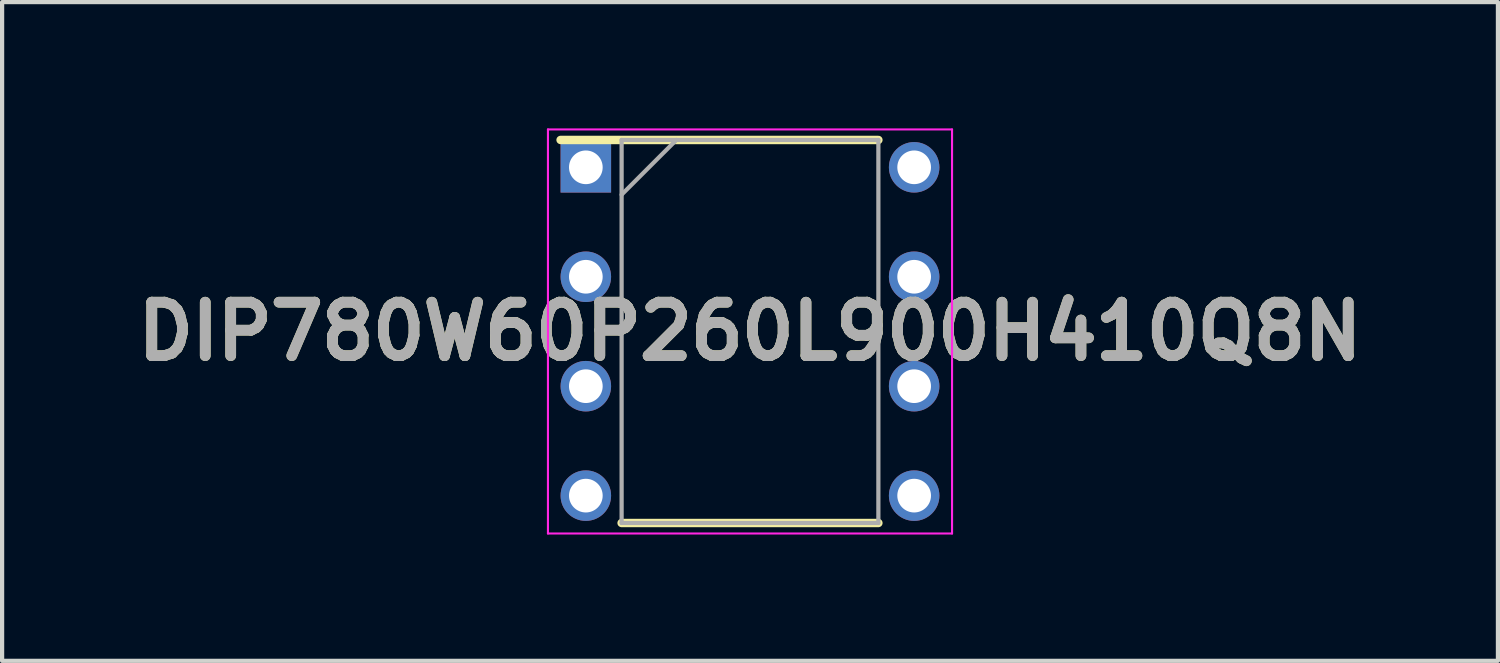
<source format=kicad_pcb>
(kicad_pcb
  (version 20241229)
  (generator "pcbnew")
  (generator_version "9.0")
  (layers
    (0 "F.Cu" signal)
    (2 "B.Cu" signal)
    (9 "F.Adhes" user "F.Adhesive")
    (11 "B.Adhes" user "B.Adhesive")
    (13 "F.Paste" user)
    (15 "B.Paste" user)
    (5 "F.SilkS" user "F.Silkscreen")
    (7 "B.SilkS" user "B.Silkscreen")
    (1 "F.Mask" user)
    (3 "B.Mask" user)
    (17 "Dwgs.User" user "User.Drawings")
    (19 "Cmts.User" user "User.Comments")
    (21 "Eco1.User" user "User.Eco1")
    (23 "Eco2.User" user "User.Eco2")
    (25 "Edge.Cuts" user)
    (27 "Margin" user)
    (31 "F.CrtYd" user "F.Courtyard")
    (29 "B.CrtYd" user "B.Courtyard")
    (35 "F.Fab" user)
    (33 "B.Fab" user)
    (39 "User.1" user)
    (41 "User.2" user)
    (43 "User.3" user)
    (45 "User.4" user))
  (footprint "DIP780W60P260L900H410Q8N"
    (layer "F.Cu")
    (at 14.768 4.825)
    (property "Reference" "DIP780W60P260L900H410Q8N" (at 0 0 0) (layer "F.SilkS") (effects (font (size 1.27 1.27) (thickness 0.254))))
    (attr through_hole)
    (fp_line (start -4.5 -4.55) (end 3.05 -4.55) (stroke (width 0.2) (type solid)) (layer "F.SilkS"))
    (fp_line (start -3.05 4.55) (end 3.05 4.55) (stroke (width 0.2) (type solid)) (layer "F.SilkS"))
    (fp_line (start -4.8 -4.8) (end 4.8 -4.8) (stroke (width 0.05) (type solid)) (layer "F.CrtYd"))
    (fp_line (start -4.8 4.8) (end -4.8 -4.8) (stroke (width 0.05) (type solid)) (layer "F.CrtYd"))
    (fp_line (start 4.8 -4.8) (end 4.8 4.8) (stroke (width 0.05) (type solid)) (layer "F.CrtYd"))
    (fp_line (start 4.8 4.8) (end -4.8 4.8) (stroke (width 0.05) (type solid)) (layer "F.CrtYd"))
    (fp_line (start -3.05 -4.55) (end 3.05 -4.55) (stroke (width 0.1) (type solid)) (layer "F.Fab"))
    (fp_line (start -3.05 -3.25) (end -1.75 -4.55) (stroke (width 0.1) (type solid)) (layer "F.Fab"))
    (fp_line (start -3.05 4.55) (end -3.05 -4.55) (stroke (width 0.1) (type solid)) (layer "F.Fab"))
    (fp_line (start 3.05 -4.55) (end 3.05 4.55) (stroke (width 0.1) (type solid)) (layer "F.Fab"))
    (fp_line (start 3.05 4.55) (end -3.05 4.55) (stroke (width 0.1) (type solid)) (layer "F.Fab"))
    (fp_text user "${REFERENCE}" (at 0 0 0) (layer "F.Fab") (effects (font (size 1.27 1.27) (thickness 0.254))))
    (pad "1" thru_hole rect (at -3.9 -3.9) (size 1.2 1.2) (drill 0.8) (layers "*.Cu" "*.Mask"))
    (pad "2" thru_hole circle (at -3.9 -1.3) (size 1.2 1.2) (drill 0.8) (layers "*.Cu" "*.Mask"))
    (pad "3" thru_hole circle (at -3.9 1.3) (size 1.2 1.2) (drill 0.8) (layers "*.Cu" "*.Mask"))
    (pad "4" thru_hole circle (at -3.9 3.9) (size 1.2 1.2) (drill 0.8) (layers "*.Cu" "*.Mask"))
    (pad "5" thru_hole circle (at 3.9 3.9) (size 1.2 1.2) (drill 0.8) (layers "*.Cu" "*.Mask"))
    (pad "6" thru_hole circle (at 3.9 1.3) (size 1.2 1.2) (drill 0.8) (layers "*.Cu" "*.Mask"))
    (pad "7" thru_hole circle (at 3.9 -1.3) (size 1.2 1.2) (drill 0.8) (layers "*.Cu" "*.Mask"))
    (pad "8" thru_hole circle (at 3.9 -3.9) (size 1.2 1.2) (drill 0.8) (layers "*.Cu" "*.Mask")))
  (gr_rect
    (start -3 -3)
    (end 32.537 12.65)
    (stroke (width 0.1) (type default))
    (fill no)
    (layer "Edge.Cuts")))
</source>
